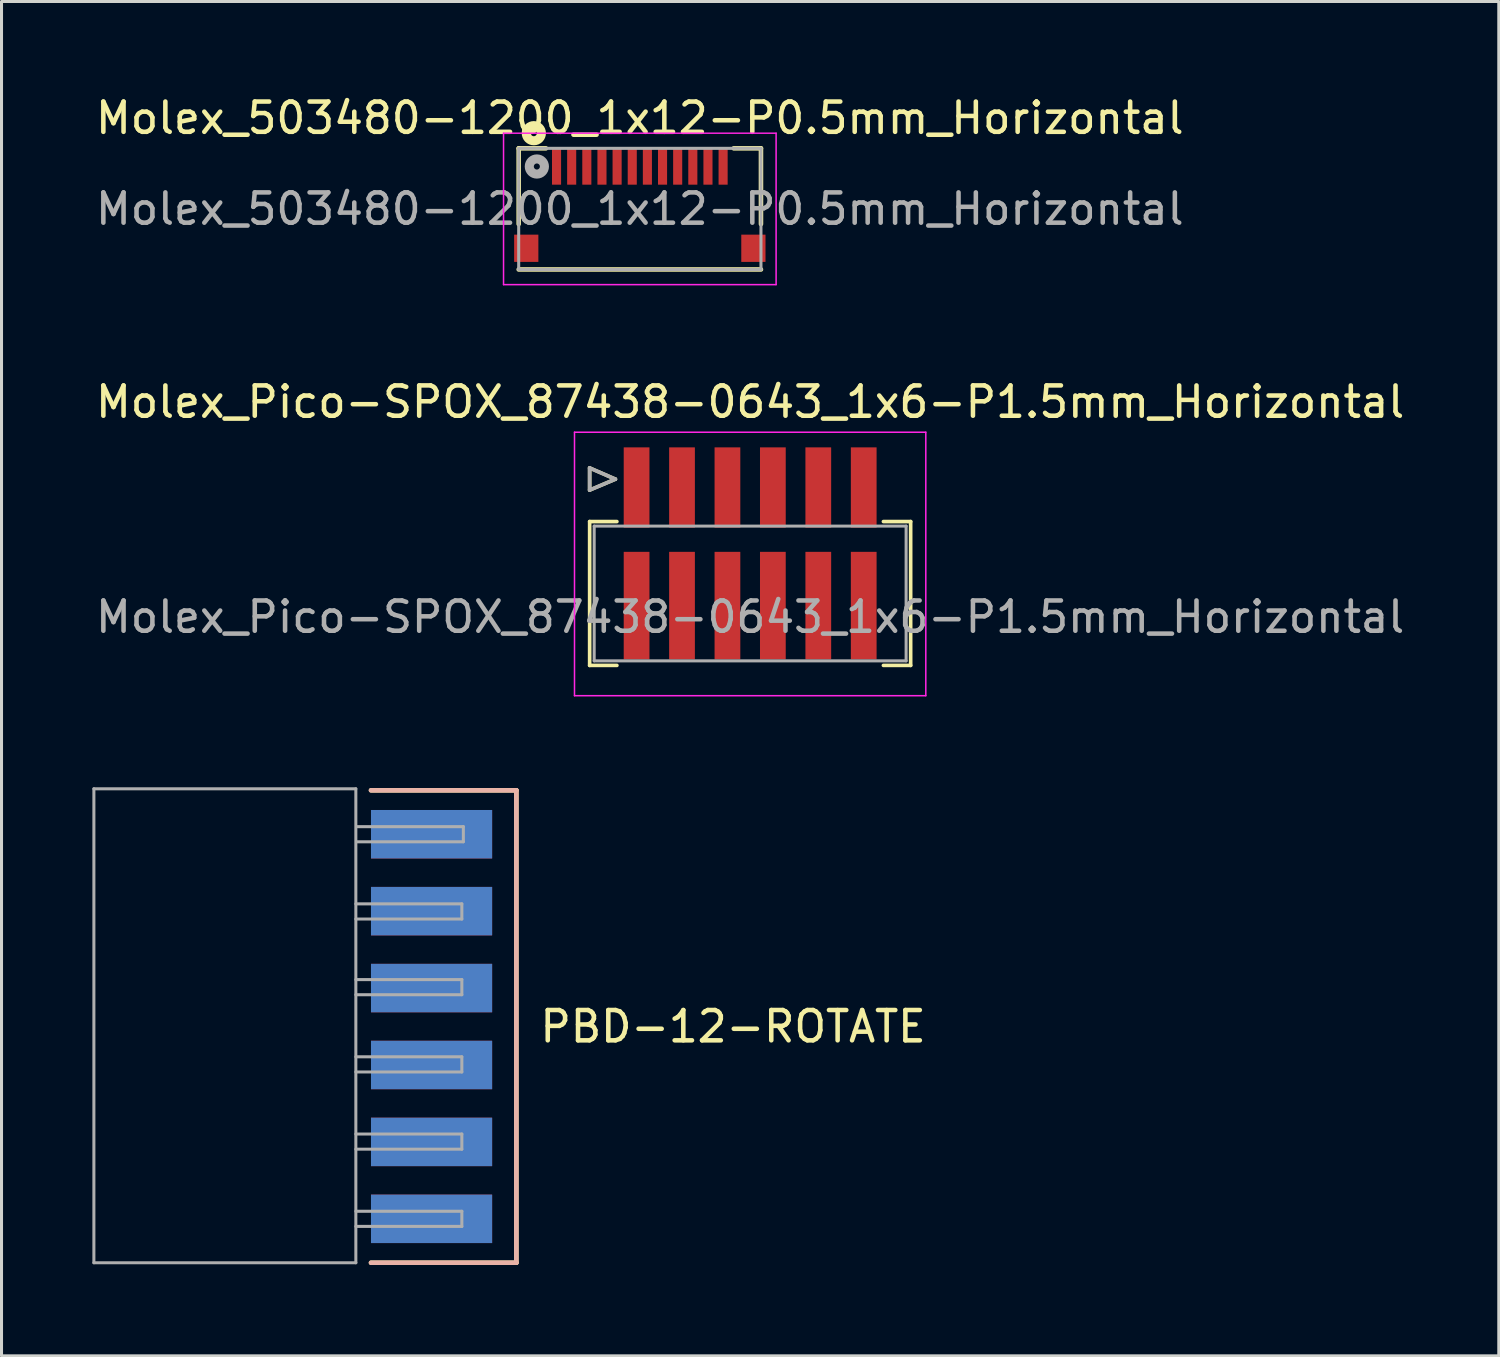
<source format=kicad_pcb>
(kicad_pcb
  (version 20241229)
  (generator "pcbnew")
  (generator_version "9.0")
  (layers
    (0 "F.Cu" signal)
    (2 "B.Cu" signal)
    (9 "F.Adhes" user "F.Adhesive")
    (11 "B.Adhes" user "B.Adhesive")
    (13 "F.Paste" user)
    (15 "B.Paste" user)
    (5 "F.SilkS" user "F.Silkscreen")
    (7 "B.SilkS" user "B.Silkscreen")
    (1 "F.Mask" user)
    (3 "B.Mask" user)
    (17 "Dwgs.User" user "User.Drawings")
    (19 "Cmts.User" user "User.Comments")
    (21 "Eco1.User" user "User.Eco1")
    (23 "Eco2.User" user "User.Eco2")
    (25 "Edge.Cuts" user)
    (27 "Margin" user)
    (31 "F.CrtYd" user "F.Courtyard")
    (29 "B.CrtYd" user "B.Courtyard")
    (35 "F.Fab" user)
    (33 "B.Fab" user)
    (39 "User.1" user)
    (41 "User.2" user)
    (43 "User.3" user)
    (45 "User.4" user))
  (footprint "Molex_503480-1200_1x12-P0.5mm_Horizontal"
    (layer "F.Cu")
    (at 18.077 3.848)
    (property "Reference" "Molex_503480-1200_1x12-P0.5mm_Horizontal" (at 0 -3 0) (layer "F.SilkS") (effects (font (size 1 1) (thickness 0.15))))
    (attr smd)
    (fp_line (start -4 -2) (end -3.1 -2) (stroke (width 0.15) (type solid)) (layer "F.SilkS"))
    (fp_line (start -4 0.5) (end -4 -2) (stroke (width 0.15) (type solid)) (layer "F.SilkS"))
    (fp_line (start -4 2) (end 4 2) (stroke (width 0.15) (type solid)) (layer "F.SilkS"))
    (fp_line (start 4 -2) (end 3.1 -2) (stroke (width 0.15) (type solid)) (layer "F.SilkS"))
    (fp_line (start 4 0.5) (end 4 -2) (stroke (width 0.15) (type solid)) (layer "F.SilkS"))
    (fp_circle (center -3.5 -2.5) (end -3.4 -2.5) (stroke (width 0.3) (type solid)) (fill no) (layer "F.SilkS"))
    (fp_line (start -4.5 -2.5) (end -4.5 2.5) (stroke (width 0.05) (type solid)) (layer "F.CrtYd"))
    (fp_line (start -4.5 2.5) (end 4.5 2.5) (stroke (width 0.05) (type solid)) (layer "F.CrtYd"))
    (fp_line (start 4.5 -2.5) (end -4.5 -2.5) (stroke (width 0.05) (type solid)) (layer "F.CrtYd"))
    (fp_line (start 4.5 2.5) (end 4.5 -2.5) (stroke (width 0.05) (type solid)) (layer "F.CrtYd"))
    (fp_line (start -4 -2) (end -4 2) (stroke (width 0.1) (type solid)) (layer "F.Fab"))
    (fp_line (start -4 2) (end 4 2) (stroke (width 0.1) (type solid)) (layer "F.Fab"))
    (fp_line (start 4 -2) (end -4 -2) (stroke (width 0.1) (type solid)) (layer "F.Fab"))
    (fp_line (start 4 2) (end 4 -2) (stroke (width 0.1) (type solid)) (layer "F.Fab"))
    (fp_circle (center -3.4 -1.4) (end -3.3 -1.4) (stroke (width 0.3) (type solid)) (fill no) (layer "F.Fab"))
    (fp_text user "${REFERENCE}" (at 0 0 0) (layer "F.Fab") (effects (font (size 1 1) (thickness 0.15))))
    (pad "1" smd rect (at -2.75 -1.4 90) (size 1.2 0.3) (layers "F.Cu" "F.Mask" "F.Paste"))
    (pad "2" smd rect (at -2.25 -1.4 90) (size 1.2 0.3) (layers "F.Cu" "F.Mask" "F.Paste"))
    (pad "3" smd rect (at -1.75 -1.4 90) (size 1.2 0.3) (layers "F.Cu" "F.Mask" "F.Paste"))
    (pad "4" smd rect (at -1.25 -1.4 90) (size 1.2 0.3) (layers "F.Cu" "F.Mask" "F.Paste"))
    (pad "5" smd rect (at -0.75 -1.4 90) (size 1.2 0.3) (layers "F.Cu" "F.Mask" "F.Paste"))
    (pad "6" smd rect (at -0.25 -1.4 90) (size 1.2 0.3) (layers "F.Cu" "F.Mask" "F.Paste"))
    (pad "7" smd rect (at 0.25 -1.4 90) (size 1.2 0.3) (layers "F.Cu" "F.Mask" "F.Paste"))
    (pad "8" smd rect (at 0.75 -1.4 90) (size 1.2 0.3) (layers "F.Cu" "F.Mask" "F.Paste"))
    (pad "9" smd rect (at 1.25 -1.4 90) (size 1.2 0.3) (layers "F.Cu" "F.Mask" "F.Paste"))
    (pad "10" smd rect (at 1.75 -1.4 90) (size 1.2 0.3) (layers "F.Cu" "F.Mask" "F.Paste"))
    (pad "11" smd rect (at 2.25 -1.4 90) (size 1.2 0.3) (layers "F.Cu" "F.Mask" "F.Paste"))
    (pad "12" smd rect (at 2.75 -1.4 90) (size 1.2 0.3) (layers "F.Cu" "F.Mask" "F.Paste"))
    (pad "13" smd rect (at -3.75 1.3 90) (size 0.9 0.8) (layers "F.Cu" "F.Mask" "F.Paste"))
    (pad "14" smd rect (at 3.75 1.3 90) (size 0.9 0.8) (layers "F.Cu" "F.Mask" "F.Paste")))
  (footprint "PBD-12-ROTATE"
    (layer "F.Cu")
    (at 11.2 30.846)
    (property "Reference" "PBD-12-ROTATE" (at 3.5 0 0) (unlocked yes) (layer "F.SilkS") (effects (font (size 1 1) (thickness 0.15)) (justify left)))
    (attr smd)
    (fp_line (start -2 -7.8) (end 2.8 -7.8) (stroke (width 0.15) (type solid)) (layer "F.SilkS"))
    (fp_line (start 2.8 -7.8) (end 2.8 7.8) (stroke (width 0.15) (type solid)) (layer "F.SilkS"))
    (fp_line (start 2.8 7.8) (end -2 7.8) (stroke (width 0.15) (type solid)) (layer "F.SilkS"))
    (fp_line (start -2 7.8) (end 2.8 7.8) (stroke (width 0.15) (type solid)) (layer "B.SilkS"))
    (fp_line (start 2.8 -7.8) (end -2 -7.8) (stroke (width 0.15) (type solid)) (layer "B.SilkS"))
    (fp_line (start 2.8 7.8) (end 2.8 -7.8) (stroke (width 0.15) (type solid)) (layer "B.SilkS"))
    (fp_line (start -11.15 -7.85) (end -2.5 -7.85) (stroke (width 0.1) (type solid)) (layer "F.Fab"))
    (fp_line (start -11.15 7.8) (end -11.15 -7.85) (stroke (width 0.1) (type solid)) (layer "F.Fab"))
    (fp_line (start -2.5 -7.85) (end -2.5 7.8) (stroke (width 0.1) (type solid)) (layer "F.Fab"))
    (fp_line (start -2.5 -4.05) (end 1 -4.05) (stroke (width 0.1) (type solid)) (layer "F.Fab"))
    (fp_line (start -2.5 -3.55) (end 1 -3.55) (stroke (width 0.1) (type solid)) (layer "F.Fab"))
    (fp_line (start -2.5 -1.55) (end 1 -1.55) (stroke (width 0.1) (type solid)) (layer "F.Fab"))
    (fp_line (start -2.5 -1.05) (end 1 -1.05) (stroke (width 0.1) (type solid)) (layer "F.Fab"))
    (fp_line (start -2.5 1) (end 1 1) (stroke (width 0.1) (type solid)) (layer "F.Fab"))
    (fp_line (start -2.5 1.5) (end 1 1.5) (stroke (width 0.1) (type solid)) (layer "F.Fab"))
    (fp_line (start -2.5 3.55) (end 1 3.55) (stroke (width 0.1) (type solid)) (layer "F.Fab"))
    (fp_line (start -2.5 4.05) (end 1 4.05) (stroke (width 0.1) (type solid)) (layer "F.Fab"))
    (fp_line (start -2.5 6.1) (end 1 6.1) (stroke (width 0.1) (type solid)) (layer "F.Fab"))
    (fp_line (start -2.5 6.6) (end 1 6.6) (stroke (width 0.1) (type solid)) (layer "F.Fab"))
    (fp_line (start -2.5 7.8) (end -11.15 7.8) (stroke (width 0.1) (type solid)) (layer "F.Fab"))
    (fp_line (start -2.45 -6.6) (end 1.05 -6.6) (stroke (width 0.1) (type solid)) (layer "F.Fab"))
    (fp_line (start -2.45 -6.1) (end 1.05 -6.1) (stroke (width 0.1) (type solid)) (layer "F.Fab"))
    (fp_line (start 1 -3.55) (end 1 -4.05) (stroke (width 0.1) (type solid)) (layer "F.Fab"))
    (fp_line (start 1 -1.05) (end 1 -1.55) (stroke (width 0.1) (type solid)) (layer "F.Fab"))
    (fp_line (start 1 1.5) (end 1 1) (stroke (width 0.1) (type solid)) (layer "F.Fab"))
    (fp_line (start 1 4.05) (end 1 3.55) (stroke (width 0.1) (type solid)) (layer "F.Fab"))
    (fp_line (start 1 6.6) (end 1 6.1) (stroke (width 0.1) (type solid)) (layer "F.Fab"))
    (fp_line (start 1.05 -6.1) (end 1.05 -6.6) (stroke (width 0.1) (type solid)) (layer "F.Fab"))
    (pad "1" smd rect (at 0 -6.35 180) (size 4 1.6) (layers "F.Cu" "F.Mask" "F.Paste"))
    (pad "2" smd rect (at 0 -6.35) (size 4 1.6) (layers "B.Cu" "B.Mask" "B.Paste"))
    (pad "3" smd rect (at 0 -3.81) (size 4 1.6) (layers "F.Cu" "F.Mask" "F.Paste"))
    (pad "4" smd rect (at 0 -3.81) (size 4 1.6) (layers "B.Cu" "B.Mask" "B.Paste"))
    (pad "5" smd rect (at 0 -1.27) (size 4 1.6) (layers "F.Cu" "F.Mask" "F.Paste"))
    (pad "6" smd rect (at 0 -1.27) (size 4 1.6) (layers "B.Cu" "B.Mask" "B.Paste"))
    (pad "7" smd rect (at 0 1.27) (size 4 1.6) (layers "F.Cu" "F.Mask" "F.Paste"))
    (pad "8" smd rect (at 0 1.27) (size 4 1.6) (layers "B.Cu" "B.Mask" "B.Paste"))
    (pad "9" smd rect (at 0 3.81) (size 4 1.6) (layers "F.Cu" "F.Mask" "F.Paste"))
    (pad "10" smd rect (at 0 3.81) (size 4 1.6) (layers "B.Cu" "B.Mask" "B.Paste"))
    (pad "11" smd rect (at 0 6.35) (size 4 1.6) (layers "F.Cu" "F.Mask" "F.Paste"))
    (pad "12" smd rect (at 0 6.35) (size 4 1.6) (layers "B.Cu" "B.Mask" "B.Paste")))
  (footprint "Molex_Pico-SPOX_87438-0643_1x6-P1.5mm_Horizontal"
    (layer "F.Cu")
    (at 21.72 15.222)
    (property "Reference" "Molex_Pico-SPOX_87438-0643_1x6-P1.5mm_Horizontal" (at 0 -5 0) (layer "F.SilkS") (effects (font (size 1 1) (thickness 0.15))))
    (attr smd)
    (fp_line (start -5.3 -2.82) (end -5.3 -2.09) (stroke (width 0.12) (type solid)) (layer "F.SilkS"))
    (fp_line (start -5.3 -2.09) (end -4.45 -2.45) (stroke (width 0.12) (type solid)) (layer "F.SilkS"))
    (fp_line (start -5.3 -1.05) (end -4.4 -1.05) (stroke (width 0.12) (type solid)) (layer "F.SilkS"))
    (fp_line (start -5.3 3.7) (end -5.3 -1.05) (stroke (width 0.12) (type solid)) (layer "F.SilkS"))
    (fp_line (start -4.45 -2.45) (end -5.3 -2.82) (stroke (width 0.12) (type solid)) (layer "F.SilkS"))
    (fp_line (start -4.4 3.7) (end -5.3 3.7) (stroke (width 0.12) (type solid)) (layer "F.SilkS"))
    (fp_line (start 5.3 -1.05) (end 4.4 -1.05) (stroke (width 0.12) (type solid)) (layer "F.SilkS"))
    (fp_line (start 5.3 -1.05) (end 5.3 3.7) (stroke (width 0.12) (type solid)) (layer "F.SilkS"))
    (fp_line (start 5.3 3.7) (end 4.4 3.7) (stroke (width 0.12) (type solid)) (layer "F.SilkS"))
    (fp_line (start -5.8 -4) (end 5.8 -4) (stroke (width 0.05) (type solid)) (layer "F.CrtYd"))
    (fp_line (start -5.8 4.7) (end -5.8 -4) (stroke (width 0.05) (type solid)) (layer "F.CrtYd"))
    (fp_line (start 5.8 -4) (end 5.8 4.7) (stroke (width 0.05) (type solid)) (layer "F.CrtYd"))
    (fp_line (start 5.8 4.7) (end -5.8 4.7) (stroke (width 0.05) (type solid)) (layer "F.CrtYd"))
    (fp_line (start -5.3 -2.82) (end -5.3 -2.09) (stroke (width 0.12) (type solid)) (layer "F.Fab"))
    (fp_line (start -5.3 -2.09) (end -4.45 -2.45) (stroke (width 0.12) (type solid)) (layer "F.Fab"))
    (fp_line (start -5.15 -0.9) (end -5.15 3.55) (stroke (width 0.1) (type solid)) (layer "F.Fab"))
    (fp_line (start -5.15 -0.9) (end 5.15 -0.9) (stroke (width 0.1) (type solid)) (layer "F.Fab"))
    (fp_line (start -4.45 -2.45) (end -5.3 -2.82) (stroke (width 0.12) (type solid)) (layer "F.Fab"))
    (fp_line (start 5.15 -0.9) (end 5.15 3.55) (stroke (width 0.1) (type solid)) (layer "F.Fab"))
    (fp_line (start 5.15 3.55) (end -5.15 3.55) (stroke (width 0.1) (type solid)) (layer "F.Fab"))
    (fp_text user "${REFERENCE}" (at 0 2.1 0) (layer "F.Fab") (effects (font (size 1 1) (thickness 0.15))))
    (pad "1" smd rect (at -3.75 -2.175 90) (size 2.65 0.85) (layers "F.Cu" "F.Mask" "F.Paste"))
    (pad "1" smd rect (at -3.75 1.725 90) (size 3.55 0.85) (layers "F.Cu" "F.Mask" "F.Paste"))
    (pad "2" smd rect (at -2.25 -2.175 90) (size 2.65 0.85) (layers "F.Cu" "F.Mask" "F.Paste"))
    (pad "2" smd rect (at -2.25 1.725 90) (size 3.55 0.85) (layers "F.Cu" "F.Mask" "F.Paste"))
    (pad "3" smd rect (at -0.75 -2.175 90) (size 2.65 0.85) (layers "F.Cu" "F.Mask" "F.Paste"))
    (pad "3" smd rect (at -0.75 1.725 90) (size 3.55 0.85) (layers "F.Cu" "F.Mask" "F.Paste"))
    (pad "4" smd rect (at 0.75 -2.175 90) (size 2.65 0.85) (layers "F.Cu" "F.Mask" "F.Paste"))
    (pad "4" smd rect (at 0.75 1.725 90) (size 3.55 0.85) (layers "F.Cu" "F.Mask" "F.Paste"))
    (pad "5" smd rect (at 2.25 -2.175 90) (size 2.65 0.85) (layers "F.Cu" "F.Mask" "F.Paste"))
    (pad "5" smd rect (at 2.25 1.725 90) (size 3.55 0.85) (layers "F.Cu" "F.Mask" "F.Paste"))
    (pad "6" smd rect (at 3.75 -2.175 90) (size 2.65 0.85) (layers "F.Cu" "F.Mask" "F.Paste"))
    (pad "6" smd rect (at 3.75 1.725 90) (size 3.55 0.85) (layers "F.Cu" "F.Mask" "F.Paste")))
  (gr_rect
    (start -3 -3)
    (end 46.44 41.721)
    (stroke (width 0.1) (type default))
    (fill no)
    (layer "Edge.Cuts")))
</source>
